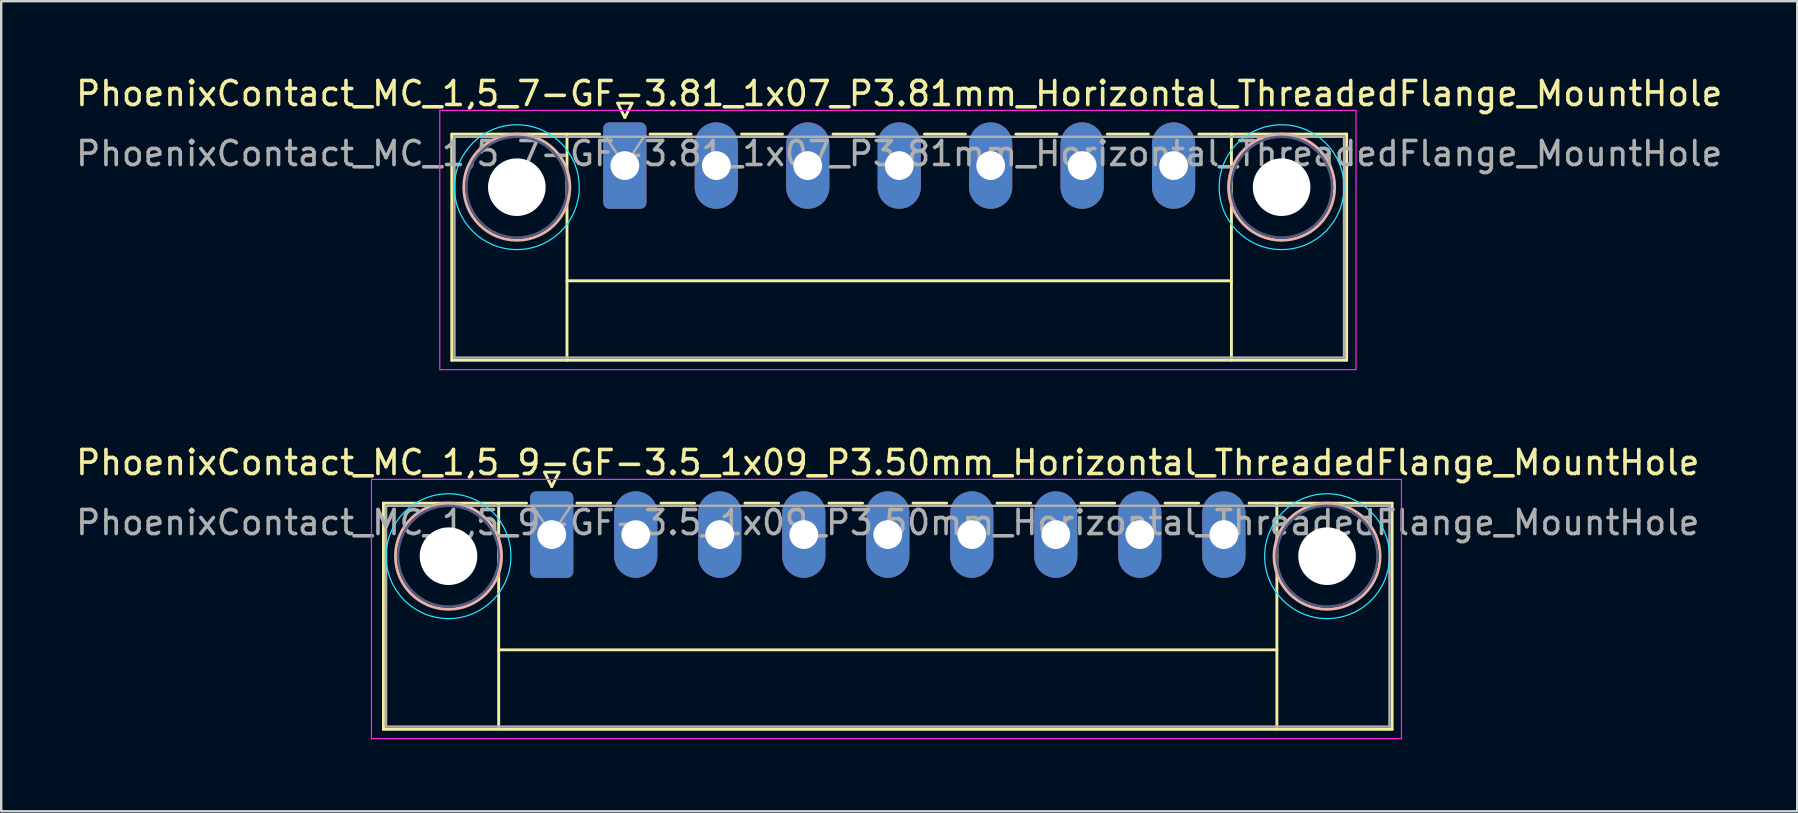
<source format=kicad_pcb>
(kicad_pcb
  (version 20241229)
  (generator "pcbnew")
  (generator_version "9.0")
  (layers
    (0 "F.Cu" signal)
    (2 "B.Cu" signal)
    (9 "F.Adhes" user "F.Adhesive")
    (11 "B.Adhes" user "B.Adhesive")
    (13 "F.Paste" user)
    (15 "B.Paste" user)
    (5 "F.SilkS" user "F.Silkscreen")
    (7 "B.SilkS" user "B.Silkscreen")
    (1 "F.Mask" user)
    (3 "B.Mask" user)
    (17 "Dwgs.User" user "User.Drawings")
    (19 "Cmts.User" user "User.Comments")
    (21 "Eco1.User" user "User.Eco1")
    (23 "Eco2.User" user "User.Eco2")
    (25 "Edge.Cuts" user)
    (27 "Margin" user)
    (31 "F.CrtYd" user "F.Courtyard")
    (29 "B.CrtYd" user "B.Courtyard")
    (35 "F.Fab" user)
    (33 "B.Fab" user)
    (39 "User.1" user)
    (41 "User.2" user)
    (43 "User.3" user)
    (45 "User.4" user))
  (footprint "PhoenixContact_MC_1,5_7-GF-3.81_1x07_P3.81mm_Horizontal_ThreadedFlange_MountHole"
    (layer "F.Cu")
    (at 22.981 3.848)
    (property "Reference" "PhoenixContact_MC_1,5_7-GF-3.81_1x07_P3.81mm_Horizontal_ThreadedFlange_MountHole" (at 11.43 -3 0) (layer "F.SilkS") (effects (font (size 1 1) (thickness 0.15))))
    (attr through_hole)
    (fp_line (start -7.21 -1.31) (end -7.21 8.11) (stroke (width 0.12) (type solid)) (layer "F.SilkS"))
    (fp_line (start -7.21 -1.31) (end -1.05 -1.31) (stroke (width 0.12) (type solid)) (layer "F.SilkS"))
    (fp_line (start -7.21 8.11) (end 30.07 8.11) (stroke (width 0.12) (type solid)) (layer "F.SilkS"))
    (fp_line (start -2.41 -1.31) (end -2.41 8.11) (stroke (width 0.12) (type solid)) (layer "F.SilkS"))
    (fp_line (start -2.41 4.8) (end 25.27 4.8) (stroke (width 0.12) (type solid)) (layer "F.SilkS"))
    (fp_line (start -0.3 -2.6) (end 0.3 -2.6) (stroke (width 0.12) (type solid)) (layer "F.SilkS"))
    (fp_line (start 0 -2) (end -0.3 -2.6) (stroke (width 0.12) (type solid)) (layer "F.SilkS"))
    (fp_line (start 0.3 -2.6) (end 0 -2) (stroke (width 0.12) (type solid)) (layer "F.SilkS"))
    (fp_line (start 1.05 -1.31) (end 2.76 -1.31) (stroke (width 0.12) (type solid)) (layer "F.SilkS"))
    (fp_line (start 4.86 -1.31) (end 6.57 -1.31) (stroke (width 0.12) (type solid)) (layer "F.SilkS"))
    (fp_line (start 8.67 -1.31) (end 10.38 -1.31) (stroke (width 0.12) (type solid)) (layer "F.SilkS"))
    (fp_line (start 12.48 -1.31) (end 14.19 -1.31) (stroke (width 0.12) (type solid)) (layer "F.SilkS"))
    (fp_line (start 16.29 -1.31) (end 18 -1.31) (stroke (width 0.12) (type solid)) (layer "F.SilkS"))
    (fp_line (start 20.1 -1.31) (end 21.81 -1.31) (stroke (width 0.12) (type solid)) (layer "F.SilkS"))
    (fp_line (start 25.27 -1.31) (end 25.27 8.11) (stroke (width 0.12) (type solid)) (layer "F.SilkS"))
    (fp_line (start 30.07 -1.31) (end 23.91 -1.31) (stroke (width 0.12) (type solid)) (layer "F.SilkS"))
    (fp_line (start 30.07 8.11) (end 30.07 -1.31) (stroke (width 0.12) (type solid)) (layer "F.SilkS"))
    (fp_circle (center -4.5 0.9) (end -2.29 0.9) (stroke (width 0.12) (type solid)) (fill no) (layer "B.SilkS"))
    (fp_circle (center 27.36 0.9) (end 29.57 0.9) (stroke (width 0.12) (type solid)) (fill no) (layer "B.SilkS"))
    (fp_circle (center -4.5 0.9) (end -1.9 0.9) (stroke (width 0.05) (type solid)) (fill no) (layer "B.CrtYd"))
    (fp_circle (center 27.36 0.9) (end 29.96 0.9) (stroke (width 0.05) (type solid)) (fill no) (layer "B.CrtYd"))
    (fp_line (start -7.71 -2.3) (end -7.71 8.5) (stroke (width 0.05) (type solid)) (layer "F.CrtYd"))
    (fp_line (start -7.71 8.5) (end 30.46 8.5) (stroke (width 0.05) (type solid)) (layer "F.CrtYd"))
    (fp_line (start 30.46 -2.3) (end -7.71 -2.3) (stroke (width 0.05) (type solid)) (layer "F.CrtYd"))
    (fp_line (start 30.46 8.5) (end 30.46 -2.3) (stroke (width 0.05) (type solid)) (layer "F.CrtYd"))
    (fp_circle (center -4.5 0.9) (end -2.4 0.9) (stroke (width 0.1) (type solid)) (fill no) (layer "B.Fab"))
    (fp_circle (center 27.36 0.9) (end 29.46 0.9) (stroke (width 0.1) (type solid)) (fill no) (layer "B.Fab"))
    (fp_line (start -7.1 -1.2) (end -7.1 8) (stroke (width 0.1) (type solid)) (layer "F.Fab"))
    (fp_line (start -7.1 8) (end 29.96 8) (stroke (width 0.1) (type solid)) (layer "F.Fab"))
    (fp_line (start 0 0) (end -0.8 -1.2) (stroke (width 0.1) (type solid)) (layer "F.Fab"))
    (fp_line (start 0.8 -1.2) (end 0 0) (stroke (width 0.1) (type solid)) (layer "F.Fab"))
    (fp_line (start 29.96 -1.2) (end -7.1 -1.2) (stroke (width 0.1) (type solid)) (layer "F.Fab"))
    (fp_line (start 29.96 8) (end 29.96 -1.2) (stroke (width 0.1) (type solid)) (layer "F.Fab"))
    (fp_text user "${REFERENCE}" (at 11.43 -0.5 0) (layer "F.Fab") (effects (font (size 1 1) (thickness 0.15))))
    (pad "" np_thru_hole circle (at -4.5 0.9) (size 2.4 2.4) (drill 2.4) (layers "*.Cu" "*.Mask"))
    (pad "" np_thru_hole circle (at 27.36 0.9) (size 2.4 2.4) (drill 2.4) (layers "*.Cu" "*.Mask"))
    (pad "1" thru_hole roundrect (at 0 0) (size 1.8 3.6) (drill 1.2) (layers "*.Cu" "*.Mask") (roundrect_rratio 0.139))
    (pad "2" thru_hole oval (at 3.81 0) (size 1.8 3.6) (drill 1.2) (layers "*.Cu" "*.Mask"))
    (pad "3" thru_hole oval (at 7.62 0) (size 1.8 3.6) (drill 1.2) (layers "*.Cu" "*.Mask"))
    (pad "4" thru_hole oval (at 11.43 0) (size 1.8 3.6) (drill 1.2) (layers "*.Cu" "*.Mask"))
    (pad "5" thru_hole oval (at 15.24 0) (size 1.8 3.6) (drill 1.2) (layers "*.Cu" "*.Mask"))
    (pad "6" thru_hole oval (at 19.05 0) (size 1.8 3.6) (drill 1.2) (layers "*.Cu" "*.Mask"))
    (pad "7" thru_hole oval (at 22.86 0) (size 1.8 3.6) (drill 1.2) (layers "*.Cu" "*.Mask")))
  (footprint "PhoenixContact_MC_1,5_9-GF-3.5_1x09_P3.50mm_Horizontal_ThreadedFlange_MountHole"
    (layer "F.Cu")
    (at 19.935 19.221)
    (property "Reference" "PhoenixContact_MC_1,5_9-GF-3.5_1x09_P3.50mm_Horizontal_ThreadedFlange_MountHole" (at 14 -3 0) (layer "F.SilkS") (effects (font (size 1 1) (thickness 0.15))))
    (attr through_hole)
    (fp_line (start -7.01 -1.31) (end -7.01 8.11) (stroke (width 0.12) (type solid)) (layer "F.SilkS"))
    (fp_line (start -7.01 -1.31) (end -1.05 -1.31) (stroke (width 0.12) (type solid)) (layer "F.SilkS"))
    (fp_line (start -7.01 8.11) (end 35.01 8.11) (stroke (width 0.12) (type solid)) (layer "F.SilkS"))
    (fp_line (start -2.21 -1.31) (end -2.21 8.11) (stroke (width 0.12) (type solid)) (layer "F.SilkS"))
    (fp_line (start -2.21 4.8) (end 30.21 4.8) (stroke (width 0.12) (type solid)) (layer "F.SilkS"))
    (fp_line (start -0.3 -2.6) (end 0.3 -2.6) (stroke (width 0.12) (type solid)) (layer "F.SilkS"))
    (fp_line (start 0 -2) (end -0.3 -2.6) (stroke (width 0.12) (type solid)) (layer "F.SilkS"))
    (fp_line (start 0.3 -2.6) (end 0 -2) (stroke (width 0.12) (type solid)) (layer "F.SilkS"))
    (fp_line (start 1.05 -1.31) (end 2.45 -1.31) (stroke (width 0.12) (type solid)) (layer "F.SilkS"))
    (fp_line (start 4.55 -1.31) (end 5.95 -1.31) (stroke (width 0.12) (type solid)) (layer "F.SilkS"))
    (fp_line (start 8.05 -1.31) (end 9.45 -1.31) (stroke (width 0.12) (type solid)) (layer "F.SilkS"))
    (fp_line (start 11.55 -1.31) (end 12.95 -1.31) (stroke (width 0.12) (type solid)) (layer "F.SilkS"))
    (fp_line (start 15.05 -1.31) (end 16.45 -1.31) (stroke (width 0.12) (type solid)) (layer "F.SilkS"))
    (fp_line (start 18.55 -1.31) (end 19.95 -1.31) (stroke (width 0.12) (type solid)) (layer "F.SilkS"))
    (fp_line (start 22.05 -1.31) (end 23.45 -1.31) (stroke (width 0.12) (type solid)) (layer "F.SilkS"))
    (fp_line (start 25.55 -1.31) (end 26.95 -1.31) (stroke (width 0.12) (type solid)) (layer "F.SilkS"))
    (fp_line (start 30.21 -1.31) (end 30.21 8.11) (stroke (width 0.12) (type solid)) (layer "F.SilkS"))
    (fp_line (start 35.01 -1.31) (end 29.05 -1.31) (stroke (width 0.12) (type solid)) (layer "F.SilkS"))
    (fp_line (start 35.01 8.11) (end 35.01 -1.31) (stroke (width 0.12) (type solid)) (layer "F.SilkS"))
    (fp_circle (center -4.3 0.9) (end -2.09 0.9) (stroke (width 0.12) (type solid)) (fill no) (layer "B.SilkS"))
    (fp_circle (center 32.3 0.9) (end 34.51 0.9) (stroke (width 0.12) (type solid)) (fill no) (layer "B.SilkS"))
    (fp_circle (center -4.3 0.9) (end -1.7 0.9) (stroke (width 0.05) (type solid)) (fill no) (layer "B.CrtYd"))
    (fp_circle (center 32.3 0.9) (end 34.9 0.9) (stroke (width 0.05) (type solid)) (fill no) (layer "B.CrtYd"))
    (fp_line (start -7.51 -2.3) (end -7.51 8.5) (stroke (width 0.05) (type solid)) (layer "F.CrtYd"))
    (fp_line (start -7.51 8.5) (end 35.4 8.5) (stroke (width 0.05) (type solid)) (layer "F.CrtYd"))
    (fp_line (start 35.4 -2.3) (end -7.51 -2.3) (stroke (width 0.05) (type solid)) (layer "F.CrtYd"))
    (fp_line (start 35.4 8.5) (end 35.4 -2.3) (stroke (width 0.05) (type solid)) (layer "F.CrtYd"))
    (fp_circle (center -4.3 0.9) (end -2.2 0.9) (stroke (width 0.1) (type solid)) (fill no) (layer "B.Fab"))
    (fp_circle (center 32.3 0.9) (end 34.4 0.9) (stroke (width 0.1) (type solid)) (fill no) (layer "B.Fab"))
    (fp_line (start -6.9 -1.2) (end -6.9 8) (stroke (width 0.1) (type solid)) (layer "F.Fab"))
    (fp_line (start -6.9 8) (end 34.9 8) (stroke (width 0.1) (type solid)) (layer "F.Fab"))
    (fp_line (start 0 0) (end -0.8 -1.2) (stroke (width 0.1) (type solid)) (layer "F.Fab"))
    (fp_line (start 0.8 -1.2) (end 0 0) (stroke (width 0.1) (type solid)) (layer "F.Fab"))
    (fp_line (start 34.9 -1.2) (end -6.9 -1.2) (stroke (width 0.1) (type solid)) (layer "F.Fab"))
    (fp_line (start 34.9 8) (end 34.9 -1.2) (stroke (width 0.1) (type solid)) (layer "F.Fab"))
    (fp_text user "${REFERENCE}" (at 14 -0.5 0) (layer "F.Fab") (effects (font (size 1 1) (thickness 0.15))))
    (pad "" np_thru_hole circle (at -4.3 0.9) (size 2.4 2.4) (drill 2.4) (layers "*.Cu" "*.Mask"))
    (pad "" np_thru_hole circle (at 32.3 0.9) (size 2.4 2.4) (drill 2.4) (layers "*.Cu" "*.Mask"))
    (pad "1" thru_hole roundrect (at 0 0) (size 1.8 3.6) (drill 1.2) (layers "*.Cu" "*.Mask") (roundrect_rratio 0.139))
    (pad "2" thru_hole oval (at 3.5 0) (size 1.8 3.6) (drill 1.2) (layers "*.Cu" "*.Mask"))
    (pad "3" thru_hole oval (at 7 0) (size 1.8 3.6) (drill 1.2) (layers "*.Cu" "*.Mask"))
    (pad "4" thru_hole oval (at 10.5 0) (size 1.8 3.6) (drill 1.2) (layers "*.Cu" "*.Mask"))
    (pad "5" thru_hole oval (at 14 0) (size 1.8 3.6) (drill 1.2) (layers "*.Cu" "*.Mask"))
    (pad "6" thru_hole oval (at 17.5 0) (size 1.8 3.6) (drill 1.2) (layers "*.Cu" "*.Mask"))
    (pad "7" thru_hole oval (at 21 0) (size 1.8 3.6) (drill 1.2) (layers "*.Cu" "*.Mask"))
    (pad "8" thru_hole oval (at 24.5 0) (size 1.8 3.6) (drill 1.2) (layers "*.Cu" "*.Mask"))
    (pad "9" thru_hole oval (at 28 0) (size 1.8 3.6) (drill 1.2) (layers "*.Cu" "*.Mask")))
  (gr_rect
    (start -3 -3)
    (end 71.821 30.747)
    (stroke (width 0.1) (type default))
    (fill no)
    (layer "Edge.Cuts")))
</source>
